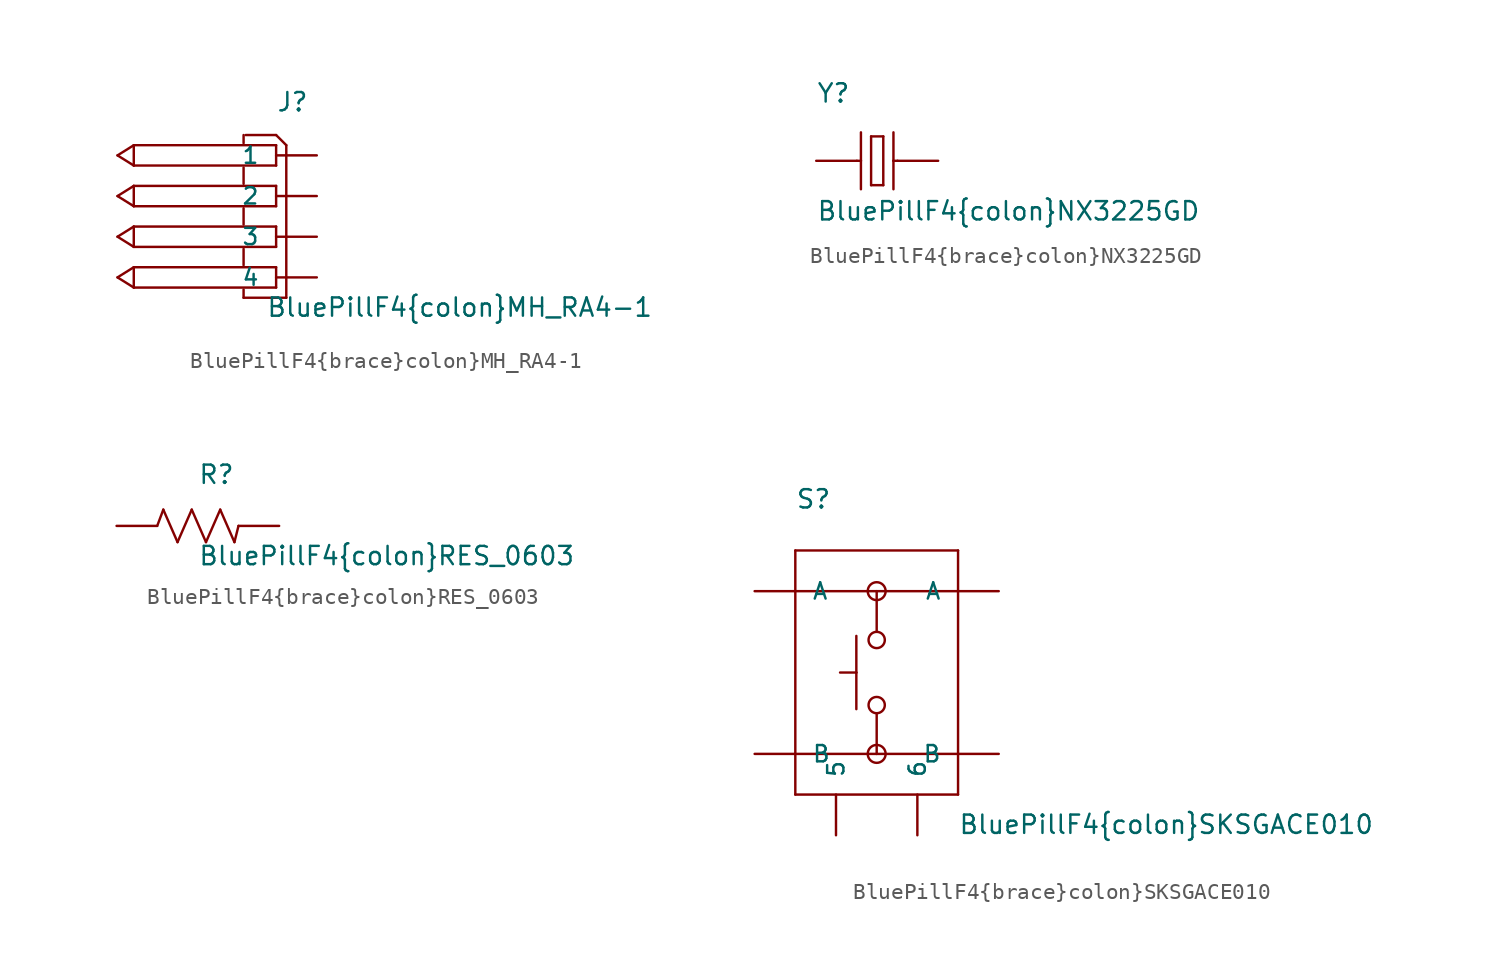
<source format=kicad_sym>
(kicad_symbol_lib
  (version 20211014)
  (generator kicad_symbol_editor)
  (symbol "BluePillF4{brace}colon}MH_RA4-1"
    (pin_numbers hide)
    (pin_names
      (offset 1.016))
    (property "Reference" "J"
      (at 0 7.747 0)
      (effects (font (size 1.143 1.143)) (justify left bottom)))
    (property "Value" "BluePillF4{brace}colon}MH_RA4-1"
      (at -0.635 -5.08 0)
      (effects (font (size 1.143 1.143)) (justify left bottom)))
    (property "ki_locked" ""
      (at 0 0 0)
      (effects (font (size 1.27 1.27))))
    (symbol "BluePillF4{brace}colon}MH_RA4-1_1_0"
      (polyline (pts (xy -9.906 -2.54) (xy -8.89 -3.175)) (stroke (width 0) (type default) (color 0 0 0 0)) (fill (type none)))
      (polyline (pts (xy -9.906 0) (xy -8.89 -0.635)) (stroke (width 0) (type default) (color 0 0 0 0)) (fill (type none)))
      (polyline (pts (xy -9.906 2.54) (xy -8.89 1.905)) (stroke (width 0) (type default) (color 0 0 0 0)) (fill (type none)))
      (polyline (pts (xy -9.906 5.08) (xy -8.89 4.445)) (stroke (width 0) (type default) (color 0 0 0 0)) (fill (type none)))
      (polyline (pts (xy -8.89 -3.175) (xy -8.89 -1.905)) (stroke (width 0) (type default) (color 0 0 0 0)) (fill (type none)))
      (polyline (pts (xy -8.89 -1.905) (xy -9.906 -2.54)) (stroke (width 0) (type default) (color 0 0 0 0)) (fill (type none)))
      (polyline (pts (xy -8.89 -1.905) (xy 0 -1.905)) (stroke (width 0) (type default) (color 0 0 0 0)) (fill (type none)))
      (polyline (pts (xy -8.89 -0.635) (xy -8.89 0.635)) (stroke (width 0) (type default) (color 0 0 0 0)) (fill (type none)))
      (polyline (pts (xy -8.89 0.635) (xy -9.906 0)) (stroke (width 0) (type default) (color 0 0 0 0)) (fill (type none)))
      (polyline (pts (xy -8.89 0.635) (xy 0 0.635)) (stroke (width 0) (type default) (color 0 0 0 0)) (fill (type none)))
      (polyline (pts (xy -8.89 1.905) (xy -8.89 3.175)) (stroke (width 0) (type default) (color 0 0 0 0)) (fill (type none)))
      (polyline (pts (xy -8.89 3.175) (xy -9.906 2.54)) (stroke (width 0) (type default) (color 0 0 0 0)) (fill (type none)))
      (polyline (pts (xy -8.89 3.175) (xy 0 3.175)) (stroke (width 0) (type default) (color 0 0 0 0)) (fill (type none)))
      (polyline (pts (xy -8.89 4.445) (xy -8.89 5.715)) (stroke (width 0) (type default) (color 0 0 0 0)) (fill (type none)))
      (polyline (pts (xy -8.89 5.715) (xy -9.906 5.08)) (stroke (width 0) (type default) (color 0 0 0 0)) (fill (type none)))
      (polyline (pts (xy -8.89 5.715) (xy 0 5.715)) (stroke (width 0) (type default) (color 0 0 0 0)) (fill (type none)))
      (polyline (pts (xy -2.032 -3.302) (xy -2.032 -3.81)) (stroke (width 0) (type default) (color 0 0 0 0)) (fill (type none)))
      (polyline (pts (xy -2.032 -0.762) (xy -2.032 -1.778)) (stroke (width 0) (type default) (color 0 0 0 0)) (fill (type none)))
      (polyline (pts (xy -2.032 1.778) (xy -2.032 0.762)) (stroke (width 0) (type default) (color 0 0 0 0)) (fill (type none)))
      (polyline (pts (xy -2.032 4.318) (xy -2.032 3.302)) (stroke (width 0) (type default) (color 0 0 0 0)) (fill (type none)))
      (polyline (pts (xy -2.032 6.35) (xy -2.032 5.842)) (stroke (width 0) (type default) (color 0 0 0 0)) (fill (type none)))
      (polyline (pts (xy -1.905 6.35) (xy 0 6.35)) (stroke (width 0) (type default) (color 0 0 0 0)) (fill (type none)))
      (polyline (pts (xy 0 -3.175) (xy -8.89 -3.175)) (stroke (width 0) (type default) (color 0 0 0 0)) (fill (type none)))
      (polyline (pts (xy 0 -1.905) (xy 0 -3.175)) (stroke (width 0) (type default) (color 0 0 0 0)) (fill (type none)))
      (polyline (pts (xy 0 -0.635) (xy -8.89 -0.635)) (stroke (width 0) (type default) (color 0 0 0 0)) (fill (type none)))
      (polyline (pts (xy 0 0.635) (xy 0 -0.635)) (stroke (width 0) (type default) (color 0 0 0 0)) (fill (type none)))
      (polyline (pts (xy 0 1.905) (xy -8.89 1.905)) (stroke (width 0) (type default) (color 0 0 0 0)) (fill (type none)))
      (polyline (pts (xy 0 3.175) (xy 0 1.905)) (stroke (width 0) (type default) (color 0 0 0 0)) (fill (type none)))
      (polyline (pts (xy 0 4.445) (xy -8.89 4.445)) (stroke (width 0) (type default) (color 0 0 0 0)) (fill (type none)))
      (polyline (pts (xy 0 5.715) (xy 0 4.445)) (stroke (width 0) (type default) (color 0 0 0 0)) (fill (type none)))
      (polyline (pts (xy 0 6.35) (xy 0.635 5.715)) (stroke (width 0) (type default) (color 0 0 0 0)) (fill (type none)))
      (polyline (pts (xy 0.635 -3.81) (xy -2.032 -3.81)) (stroke (width 0) (type default) (color 0 0 0 0)) (fill (type none)))
      (polyline (pts (xy 0.635 -3.81) (xy 0.635 5.715)) (stroke (width 0) (type default) (color 0 0 0 0)) (fill (type none))))
    (symbol "BluePillF4{brace}colon}MH_RA4-1_1_1"
      (pin passive line (at 2.54 5.08 180) (length 2.54) (name "1" (effects (font (size 1.016 1.016)))) (number "1" (effects (font (size 1.016 1.016)))))
      (pin passive line (at 2.54 2.54 180) (length 2.54) (name "2" (effects (font (size 1.016 1.016)))) (number "2" (effects (font (size 1.016 1.016)))))
      (pin passive line (at 2.54 0 180) (length 2.54) (name "3" (effects (font (size 1.016 1.016)))) (number "3" (effects (font (size 1.016 1.016)))))
      (pin passive line (at 2.54 -2.54 180) (length 2.54) (name "4" (effects (font (size 1.016 1.016)))) (number "4" (effects (font (size 1.016 1.016)))))))
  (symbol "BluePillF4{brace}colon}NX3225GD"
    (pin_numbers hide)
    (pin_names
      (offset 1.016) hide)
    (property "Reference" "Y"
      (at -5.08 3.556 0)
      (effects (font (size 1.143 1.143)) (justify left bottom)))
    (property "Value" "BluePillF4{brace}colon}NX3225GD"
      (at -5.08 -3.81 0)
      (effects (font (size 1.143 1.143)) (justify left bottom)))
    (property "ki_locked" ""
      (at 0 0 0)
      (effects (font (size 1.27 1.27))))
    (symbol "BluePillF4{brace}colon}NX3225GD_1_0"
      (polyline (pts (xy -2.54 0) (xy -2.286 0)) (stroke (width 0) (type default) (color 0 0 0 0)) (fill (type none)))
      (polyline (pts (xy -2.286 0) (xy -2.286 -1.778)) (stroke (width 0) (type default) (color 0 0 0 0)) (fill (type none)))
      (polyline (pts (xy -2.286 1.778) (xy -2.286 0)) (stroke (width 0) (type default) (color 0 0 0 0)) (fill (type none)))
      (polyline (pts (xy -1.651 -1.524) (xy -0.889 -1.524)) (stroke (width 0) (type default) (color 0 0 0 0)) (fill (type none)))
      (polyline (pts (xy -1.651 1.524) (xy -1.651 -1.524)) (stroke (width 0) (type default) (color 0 0 0 0)) (fill (type none)))
      (polyline (pts (xy -0.889 -1.524) (xy -0.889 1.524)) (stroke (width 0) (type default) (color 0 0 0 0)) (fill (type none)))
      (polyline (pts (xy -0.889 1.524) (xy -1.651 1.524)) (stroke (width 0) (type default) (color 0 0 0 0)) (fill (type none)))
      (polyline (pts (xy -0.254 0) (xy -0.254 -1.778)) (stroke (width 0) (type default) (color 0 0 0 0)) (fill (type none)))
      (polyline (pts (xy -0.254 0) (xy 0 0)) (stroke (width 0) (type default) (color 0 0 0 0)) (fill (type none)))
      (polyline (pts (xy -0.254 1.778) (xy -0.254 0)) (stroke (width 0) (type default) (color 0 0 0 0)) (fill (type none))))
    (symbol "BluePillF4{brace}colon}NX3225GD_1_1"
      (pin passive line (at -5.08 0 0) (length 2.54) (name "1" (effects (font (size 1.016 1.016)))) (number "1" (effects (font (size 1.016 1.016)))))
      (pin passive line (at 2.54 0 180) (length 2.54) (name "2" (effects (font (size 1.016 1.016)))) (number "2" (effects (font (size 1.016 1.016)))))))
  (symbol "BluePillF4{brace}colon}RES_0603"
    (pin_numbers hide)
    (pin_names
      (offset 1.016) hide)
    (property "Reference" "R"
      (at 0 2.54 0)
      (effects (font (size 1.143 1.143)) (justify left bottom)))
    (property "Value" "BluePillF4{brace}colon}RES_0603"
      (at 0 -2.54 0)
      (effects (font (size 1.143 1.143)) (justify left bottom)))
    (property "ki_locked" ""
      (at 0 0 0)
      (effects (font (size 1.27 1.27))))
    (symbol "BluePillF4{brace}colon}RES_0603_1_0"
      (polyline (pts (xy -2.54 0) (xy -2.159 1.016)) (stroke (width 0) (type default) (color 0 0 0 0)) (fill (type none)))
      (polyline (pts (xy -2.159 1.016) (xy -1.27 -1.016)) (stroke (width 0) (type default) (color 0 0 0 0)) (fill (type none)))
      (polyline (pts (xy -1.27 -1.016) (xy -0.381 1.016)) (stroke (width 0) (type default) (color 0 0 0 0)) (fill (type none)))
      (polyline (pts (xy -0.381 1.016) (xy 0.508 -1.016)) (stroke (width 0) (type default) (color 0 0 0 0)) (fill (type none)))
      (polyline (pts (xy 0.508 -1.016) (xy 1.397 1.016)) (stroke (width 0) (type default) (color 0 0 0 0)) (fill (type none)))
      (polyline (pts (xy 1.397 1.016) (xy 2.286 -1.016)) (stroke (width 0) (type default) (color 0 0 0 0)) (fill (type none)))
      (polyline (pts (xy 2.286 -1.016) (xy 2.54 0)) (stroke (width 0) (type default) (color 0 0 0 0)) (fill (type none))))
    (symbol "BluePillF4{brace}colon}RES_0603_1_1"
      (pin passive line (at -5.08 0 0) (length 2.54) (name "1" (effects (font (size 1.016 1.016)))) (number "1" (effects (font (size 1.016 1.016)))))
      (pin passive line (at 5.08 0 180) (length 2.54) (name "2" (effects (font (size 1.016 1.016)))) (number "2" (effects (font (size 1.016 1.016)))))))
  (symbol "BluePillF4{brace}colon}SKSGACE010"
    (pin_numbers hide)
    (pin_names
      (offset 1.016))
    (property "Reference" "S"
      (at -5.08 10.16 0)
      (effects (font (size 1.143 1.143)) (justify left bottom)))
    (property "Value" "BluePillF4{brace}colon}SKSGACE010"
      (at 5.08 -10.16 0)
      (effects (font (size 1.143 1.143)) (justify left bottom)))
    (property "ki_locked" ""
      (at 0 0 0)
      (effects (font (size 1.27 1.27))))
    (symbol "BluePillF4{brace}colon}SKSGACE010_1_0"
      (polyline (pts (xy -5.08 -7.62) (xy -5.08 7.62)) (stroke (width 0) (type default) (color 0 0 0 0)) (fill (type none)))
      (polyline (pts (xy -5.08 -5.08) (xy 0 -5.08)) (stroke (width 0) (type default) (color 0 0 0 0)) (fill (type none)))
      (polyline (pts (xy -5.08 5.08) (xy 0 5.08)) (stroke (width 0) (type default) (color 0 0 0 0)) (fill (type none)))
      (polyline (pts (xy -5.08 7.62) (xy 5.08 7.62)) (stroke (width 0) (type default) (color 0 0 0 0)) (fill (type none)))
      (polyline (pts (xy -1.27 0) (xy -2.286 0)) (stroke (width 0) (type default) (color 0 0 0 0)) (fill (type none)))
      (polyline (pts (xy -1.27 0) (xy -1.27 -2.286)) (stroke (width 0) (type default) (color 0 0 0 0)) (fill (type none)))
      (polyline (pts (xy -1.27 2.286) (xy -1.27 0)) (stroke (width 0) (type default) (color 0 0 0 0)) (fill (type none)))
      (polyline (pts (xy 0 -5.08) (xy 0 -2.54)) (stroke (width 0) (type default) (color 0 0 0 0)) (fill (type none)))
      (polyline (pts (xy 0 -5.08) (xy 5.08 -5.08)) (stroke (width 0) (type default) (color 0 0 0 0)) (fill (type none)))
      (polyline (pts (xy 0 5.08) (xy 0 2.54)) (stroke (width 0) (type default) (color 0 0 0 0)) (fill (type none)))
      (polyline (pts (xy 0 5.08) (xy 5.08 5.08)) (stroke (width 0) (type default) (color 0 0 0 0)) (fill (type none)))
      (polyline (pts (xy 5.08 -7.62) (xy -5.08 -7.62)) (stroke (width 0) (type default) (color 0 0 0 0)) (fill (type none)))
      (polyline (pts (xy 5.08 7.62) (xy 5.08 -7.62)) (stroke (width 0) (type default) (color 0 0 0 0)) (fill (type none))))
    (symbol "BluePillF4{brace}colon}SKSGACE010_1_1"
      (circle (center 0 -5.08) (radius 0.559) (stroke (width 0) (type default) (color 0 0 0 0)) (fill (type none)))
      (circle (center 0 -2.032) (radius 0.508) (stroke (width 0) (type default) (color 0 0 0 0)) (fill (type none)))
      (circle (center 0 2.032) (radius 0.508) (stroke (width 0) (type default) (color 0 0 0 0)) (fill (type none)))
      (circle (center 0 5.08) (radius 0.559) (stroke (width 0) (type default) (color 0 0 0 0)) (fill (type none)))
      (pin passive line (at -7.62 5.08 0) (length 2.54) (name "A" (effects (font (size 1.016 1.016)))) (number "1" (effects (font (size 1.016 1.016)))))
      (pin passive line (at -7.62 -5.08 0) (length 2.54) (name "B" (effects (font (size 1.016 1.016)))) (number "2" (effects (font (size 1.016 1.016)))))
      (pin passive line (at 7.62 5.08 180) (length 2.54) (name "A" (effects (font (size 1.016 1.016)))) (number "3" (effects (font (size 1.016 1.016)))))
      (pin passive line (at 7.62 -5.08 180) (length 2.54) (name "B" (effects (font (size 1.016 1.016)))) (number "4" (effects (font (size 1.016 1.016)))))
      (pin passive line (at -2.54 -10.16 90) (length 2.54) (name "5" (effects (font (size 1.016 1.016)))) (number "5" (effects (font (size 1.016 1.016)))))
      (pin passive line (at 2.54 -10.16 90) (length 2.54) (name "6" (effects (font (size 1.016 1.016)))) (number "6" (effects (font (size 1.016 1.016))))))))
</source>
